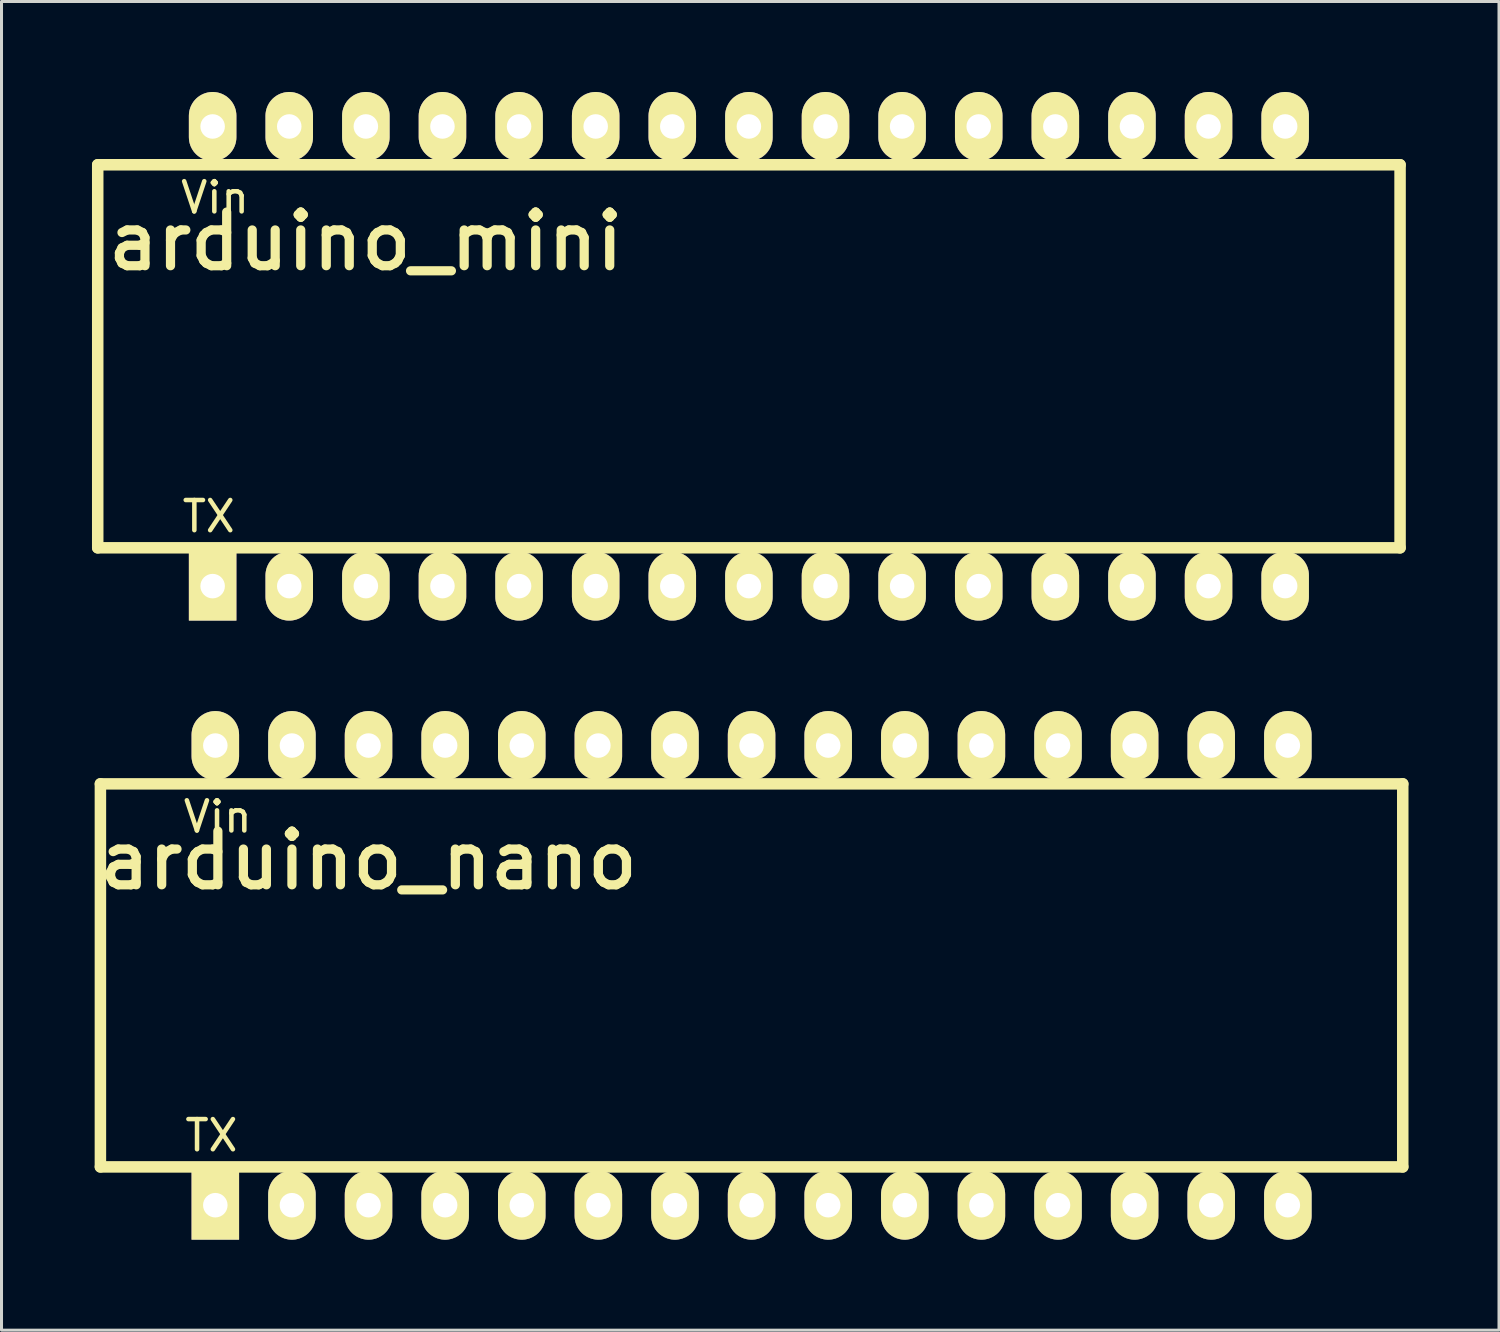
<source format=kicad_pcb>
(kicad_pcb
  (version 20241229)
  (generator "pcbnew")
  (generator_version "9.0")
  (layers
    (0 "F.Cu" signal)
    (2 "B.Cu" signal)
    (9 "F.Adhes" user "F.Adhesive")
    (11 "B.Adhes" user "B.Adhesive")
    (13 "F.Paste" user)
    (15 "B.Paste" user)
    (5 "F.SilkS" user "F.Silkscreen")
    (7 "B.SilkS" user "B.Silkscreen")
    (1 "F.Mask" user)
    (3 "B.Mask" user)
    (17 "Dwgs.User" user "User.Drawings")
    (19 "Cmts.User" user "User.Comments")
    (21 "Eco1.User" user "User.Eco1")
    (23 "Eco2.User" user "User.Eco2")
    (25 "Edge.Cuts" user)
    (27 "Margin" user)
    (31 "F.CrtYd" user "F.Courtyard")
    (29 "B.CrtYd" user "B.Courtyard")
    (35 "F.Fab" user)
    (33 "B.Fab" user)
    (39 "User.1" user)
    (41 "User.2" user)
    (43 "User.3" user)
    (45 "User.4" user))
  (footprint "arduino_mini"
    (layer "F.Cu")
    (at 23.05 8.763)
    (property "Reference" "arduino_mini" (at -13.97 -3.81 0) (layer "F.SilkS") (effects (font (size 1.778 1.778) (thickness 0.305))))
    (attr through_hole)
    (fp_line (start -22.86 -6.35) (end 20.32 -6.35) (stroke (width 0.381) (type solid)) (layer "F.SilkS"))
    (fp_line (start -22.86 6.35) (end -22.86 -6.35) (stroke (width 0.381) (type solid)) (layer "F.SilkS"))
    (fp_line (start 20.32 -6.35) (end 20.32 6.35) (stroke (width 0.381) (type solid)) (layer "F.SilkS"))
    (fp_line (start 20.32 6.35) (end -22.86 6.35) (stroke (width 0.381) (type solid)) (layer "F.SilkS"))
    (fp_text user "TX" (at -19.18 5.31 0) (layer "F.SilkS") (effects (font (size 1 1) (thickness 0.15))))
    (fp_text user "Vin" (at -18.97 -5.26 0) (layer "F.SilkS") (effects (font (size 1 1) (thickness 0.15))))
    (pad "1" thru_hole rect (at -19.05 7.62) (size 1.575 2.286) (drill 0.813) (layers "*.Cu" "*.Mask" "F.SilkS"))
    (pad "2" thru_hole oval (at -16.51 7.62) (size 1.575 2.286) (drill 0.813) (layers "*.Cu" "*.Mask" "F.SilkS"))
    (pad "3" thru_hole oval (at -13.97 7.62) (size 1.575 2.286) (drill 0.813) (layers "*.Cu" "*.Mask" "F.SilkS"))
    (pad "4" thru_hole oval (at -11.43 7.62) (size 1.575 2.286) (drill 0.813) (layers "*.Cu" "*.Mask" "F.SilkS"))
    (pad "5" thru_hole oval (at -8.89 7.62) (size 1.575 2.286) (drill 0.813) (layers "*.Cu" "*.Mask" "F.SilkS"))
    (pad "6" thru_hole oval (at -6.35 7.62) (size 1.575 2.286) (drill 0.813) (layers "*.Cu" "*.Mask" "F.SilkS"))
    (pad "7" thru_hole oval (at -3.81 7.62) (size 1.575 2.286) (drill 0.813) (layers "*.Cu" "*.Mask" "F.SilkS"))
    (pad "8" thru_hole oval (at -1.27 7.62) (size 1.575 2.286) (drill 0.813) (layers "*.Cu" "*.Mask" "F.SilkS"))
    (pad "9" thru_hole oval (at 1.27 7.62) (size 1.575 2.286) (drill 0.813) (layers "*.Cu" "*.Mask" "F.SilkS"))
    (pad "10" thru_hole oval (at 3.81 7.62) (size 1.575 2.286) (drill 0.813) (layers "*.Cu" "*.Mask" "F.SilkS"))
    (pad "11" thru_hole oval (at 6.35 7.62) (size 1.575 2.286) (drill 0.813) (layers "*.Cu" "*.Mask" "F.SilkS"))
    (pad "12" thru_hole oval (at 8.89 7.62) (size 1.575 2.286) (drill 0.813) (layers "*.Cu" "*.Mask" "F.SilkS"))
    (pad "13" thru_hole oval (at 11.43 7.62) (size 1.575 2.286) (drill 0.813) (layers "*.Cu" "*.Mask" "F.SilkS"))
    (pad "14" thru_hole oval (at 13.97 7.62) (size 1.575 2.286) (drill 0.813) (layers "*.Cu" "*.Mask" "F.SilkS"))
    (pad "15" thru_hole oval (at 16.51 7.62) (size 1.575 2.286) (drill 0.813) (layers "*.Cu" "*.Mask" "F.SilkS"))
    (pad "16" thru_hole oval (at 16.51 -7.62) (size 1.575 2.286) (drill 0.813) (layers "*.Cu" "*.Mask" "F.SilkS"))
    (pad "17" thru_hole oval (at 13.97 -7.62) (size 1.575 2.286) (drill 0.813) (layers "*.Cu" "*.Mask" "F.SilkS"))
    (pad "18" thru_hole oval (at 11.43 -7.62) (size 1.575 2.286) (drill 0.813) (layers "*.Cu" "*.Mask" "F.SilkS"))
    (pad "19" thru_hole oval (at 8.89 -7.62) (size 1.575 2.286) (drill 0.813) (layers "*.Cu" "*.Mask" "F.SilkS"))
    (pad "20" thru_hole oval (at 6.35 -7.62) (size 1.575 2.286) (drill 0.813) (layers "*.Cu" "*.Mask" "F.SilkS"))
    (pad "21" thru_hole oval (at 3.81 -7.62) (size 1.575 2.286) (drill 0.813) (layers "*.Cu" "*.Mask" "F.SilkS"))
    (pad "22" thru_hole oval (at 1.27 -7.62) (size 1.575 2.286) (drill 0.813) (layers "*.Cu" "*.Mask" "F.SilkS"))
    (pad "23" thru_hole oval (at -1.27 -7.62) (size 1.575 2.286) (drill 0.813) (layers "*.Cu" "*.Mask" "F.SilkS"))
    (pad "24" thru_hole oval (at -3.81 -7.62) (size 1.575 2.286) (drill 0.813) (layers "*.Cu" "*.Mask" "F.SilkS"))
    (pad "25" thru_hole oval (at -6.35 -7.62) (size 1.575 2.286) (drill 0.813) (layers "*.Cu" "*.Mask" "F.SilkS"))
    (pad "26" thru_hole oval (at -8.89 -7.62) (size 1.575 2.286) (drill 0.813) (layers "*.Cu" "*.Mask" "F.SilkS"))
    (pad "27" thru_hole oval (at -11.43 -7.62) (size 1.575 2.286) (drill 0.813) (layers "*.Cu" "*.Mask" "F.SilkS"))
    (pad "28" thru_hole oval (at -13.97 -7.62) (size 1.575 2.286) (drill 0.813) (layers "*.Cu" "*.Mask" "F.SilkS"))
    (pad "29" thru_hole oval (at -16.51 -7.62) (size 1.575 2.286) (drill 0.813) (layers "*.Cu" "*.Mask" "F.SilkS"))
    (pad "30" thru_hole oval (at -19.05 -7.62) (size 1.575 2.286) (drill 0.813) (layers "*.Cu" "*.Mask" "F.SilkS")))
  (footprint "arduino_nano"
    (layer "F.Cu")
    (at 23.139 29.289)
    (property "Reference" "arduino_nano" (at -13.97 -3.81 0) (layer "F.SilkS") (effects (font (size 1.778 1.778) (thickness 0.305))))
    (attr through_hole)
    (fp_line (start -22.86 -6.35) (end 20.32 -6.35) (stroke (width 0.381) (type solid)) (layer "F.SilkS"))
    (fp_line (start -22.86 6.35) (end -22.86 -6.35) (stroke (width 0.381) (type solid)) (layer "F.SilkS"))
    (fp_line (start 20.32 -6.35) (end 20.32 6.35) (stroke (width 0.381) (type solid)) (layer "F.SilkS"))
    (fp_line (start 20.32 6.35) (end -22.86 6.35) (stroke (width 0.381) (type solid)) (layer "F.SilkS"))
    (fp_text user "Vin" (at -18.97 -5.26 0) (layer "F.SilkS") (effects (font (size 1 1) (thickness 0.15))))
    (fp_text user "TX" (at -19.18 5.31 0) (layer "F.SilkS") (effects (font (size 1 1) (thickness 0.15))))
    (pad "1" thru_hole rect (at -19.05 7.62) (size 1.575 2.286) (drill 0.813) (layers "*.Cu" "*.Mask" "F.SilkS"))
    (pad "2" thru_hole oval (at -16.51 7.62) (size 1.575 2.286) (drill 0.813) (layers "*.Cu" "*.Mask" "F.SilkS"))
    (pad "3" thru_hole oval (at -13.97 7.62) (size 1.575 2.286) (drill 0.813) (layers "*.Cu" "*.Mask" "F.SilkS"))
    (pad "4" thru_hole oval (at -11.43 7.62) (size 1.575 2.286) (drill 0.813) (layers "*.Cu" "*.Mask" "F.SilkS"))
    (pad "5" thru_hole oval (at -8.89 7.62) (size 1.575 2.286) (drill 0.813) (layers "*.Cu" "*.Mask" "F.SilkS"))
    (pad "6" thru_hole oval (at -6.35 7.62) (size 1.575 2.286) (drill 0.813) (layers "*.Cu" "*.Mask" "F.SilkS"))
    (pad "7" thru_hole oval (at -3.81 7.62) (size 1.575 2.286) (drill 0.813) (layers "*.Cu" "*.Mask" "F.SilkS"))
    (pad "8" thru_hole oval (at -1.27 7.62) (size 1.575 2.286) (drill 0.813) (layers "*.Cu" "*.Mask" "F.SilkS"))
    (pad "9" thru_hole oval (at 1.27 7.62) (size 1.575 2.286) (drill 0.813) (layers "*.Cu" "*.Mask" "F.SilkS"))
    (pad "10" thru_hole oval (at 3.81 7.62) (size 1.575 2.286) (drill 0.813) (layers "*.Cu" "*.Mask" "F.SilkS"))
    (pad "11" thru_hole oval (at 6.35 7.62) (size 1.575 2.286) (drill 0.813) (layers "*.Cu" "*.Mask" "F.SilkS"))
    (pad "12" thru_hole oval (at 8.89 7.62) (size 1.575 2.286) (drill 0.813) (layers "*.Cu" "*.Mask" "F.SilkS"))
    (pad "13" thru_hole oval (at 11.43 7.62) (size 1.575 2.286) (drill 0.813) (layers "*.Cu" "*.Mask" "F.SilkS"))
    (pad "14" thru_hole oval (at 13.97 7.62) (size 1.575 2.286) (drill 0.813) (layers "*.Cu" "*.Mask" "F.SilkS"))
    (pad "15" thru_hole oval (at 16.51 7.62) (size 1.575 2.286) (drill 0.813) (layers "*.Cu" "*.Mask" "F.SilkS"))
    (pad "16" thru_hole oval (at 16.51 -7.62) (size 1.575 2.286) (drill 0.813) (layers "*.Cu" "*.Mask" "F.SilkS"))
    (pad "17" thru_hole oval (at 13.97 -7.62) (size 1.575 2.286) (drill 0.813) (layers "*.Cu" "*.Mask" "F.SilkS"))
    (pad "18" thru_hole oval (at 11.43 -7.62) (size 1.575 2.286) (drill 0.813) (layers "*.Cu" "*.Mask" "F.SilkS"))
    (pad "19" thru_hole oval (at 8.89 -7.62) (size 1.575 2.286) (drill 0.813) (layers "*.Cu" "*.Mask" "F.SilkS"))
    (pad "20" thru_hole oval (at 6.35 -7.62) (size 1.575 2.286) (drill 0.813) (layers "*.Cu" "*.Mask" "F.SilkS"))
    (pad "21" thru_hole oval (at 3.81 -7.62) (size 1.575 2.286) (drill 0.813) (layers "*.Cu" "*.Mask" "F.SilkS"))
    (pad "22" thru_hole oval (at 1.27 -7.62) (size 1.575 2.286) (drill 0.813) (layers "*.Cu" "*.Mask" "F.SilkS"))
    (pad "23" thru_hole oval (at -1.27 -7.62) (size 1.575 2.286) (drill 0.813) (layers "*.Cu" "*.Mask" "F.SilkS"))
    (pad "24" thru_hole oval (at -3.81 -7.62) (size 1.575 2.286) (drill 0.813) (layers "*.Cu" "*.Mask" "F.SilkS"))
    (pad "25" thru_hole oval (at -6.35 -7.62) (size 1.575 2.286) (drill 0.813) (layers "*.Cu" "*.Mask" "F.SilkS"))
    (pad "26" thru_hole oval (at -8.89 -7.62) (size 1.575 2.286) (drill 0.813) (layers "*.Cu" "*.Mask" "F.SilkS"))
    (pad "27" thru_hole oval (at -11.43 -7.62) (size 1.575 2.286) (drill 0.813) (layers "*.Cu" "*.Mask" "F.SilkS"))
    (pad "28" thru_hole oval (at -13.97 -7.62) (size 1.575 2.286) (drill 0.813) (layers "*.Cu" "*.Mask" "F.SilkS"))
    (pad "29" thru_hole oval (at -16.51 -7.62) (size 1.575 2.286) (drill 0.813) (layers "*.Cu" "*.Mask" "F.SilkS"))
    (pad "30" thru_hole oval (at -19.05 -7.62) (size 1.575 2.286) (drill 0.813) (layers "*.Cu" "*.Mask" "F.SilkS")))
  (gr_rect
    (start -3 -3)
    (end 46.65 41.052)
    (stroke (width 0.1) (type default))
    (fill no)
    (layer "Edge.Cuts")))
</source>
